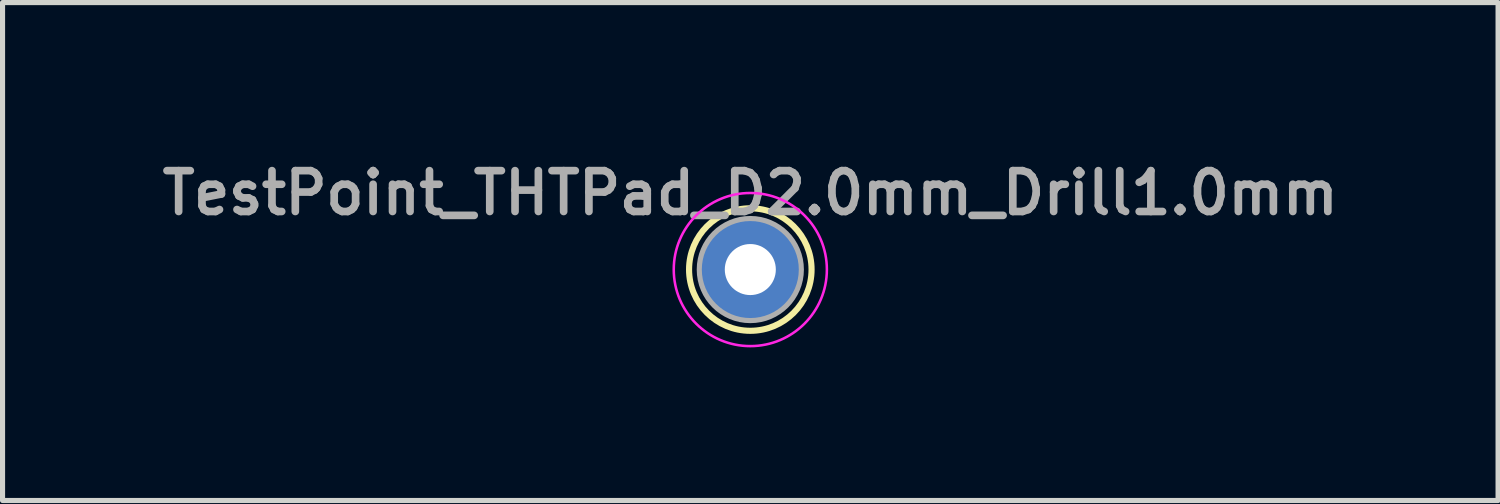
<source format=kicad_pcb>
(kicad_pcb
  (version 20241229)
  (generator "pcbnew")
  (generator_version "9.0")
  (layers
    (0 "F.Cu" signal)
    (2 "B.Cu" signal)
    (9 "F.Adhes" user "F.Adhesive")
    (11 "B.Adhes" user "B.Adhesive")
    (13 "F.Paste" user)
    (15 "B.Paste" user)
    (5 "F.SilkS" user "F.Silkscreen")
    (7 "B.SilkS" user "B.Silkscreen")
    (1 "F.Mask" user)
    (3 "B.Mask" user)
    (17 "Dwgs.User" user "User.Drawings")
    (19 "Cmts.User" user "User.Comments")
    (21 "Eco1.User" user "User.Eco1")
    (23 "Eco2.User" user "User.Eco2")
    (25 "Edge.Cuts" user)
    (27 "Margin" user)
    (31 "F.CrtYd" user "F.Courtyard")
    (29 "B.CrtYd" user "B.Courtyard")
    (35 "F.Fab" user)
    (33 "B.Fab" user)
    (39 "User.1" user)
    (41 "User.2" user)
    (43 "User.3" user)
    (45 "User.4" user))
  (footprint "TestPoint_THTPad_D2.0mm_Drill1.0mm"
    (layer "F.Cu")
    (at 11.65 2.231)
    (property "Reference" "TestPoint_THTPad_D2.0mm_Drill1.0mm" (at 0 -1.5 0) (layer "F.Fab") (effects (font (size 0.8 0.8) (thickness 0.15))))
    (attr exclude_from_pos_files exclude_from_bom)
    (fp_circle (center 0 0) (end 0 1.2) (stroke (width 0.12) (type solid)) (fill no) (layer "F.SilkS"))
    (fp_circle (center 0 0) (end 1.5 0) (stroke (width 0.05) (type solid)) (fill no) (layer "F.CrtYd"))
    (fp_circle (center 0 0) (end 0 -1) (stroke (width 0.1) (type default)) (fill no) (layer "F.Fab"))
    (pad "1" thru_hole circle (at 0 0) (size 2 2) (drill 1) (layers "*.Cu" "*.Mask")))
  (gr_rect
    (start -3 -3)
    (end 26.3 6.756)
    (stroke (width 0.1) (type default))
    (fill no)
    (layer "Edge.Cuts")))
</source>
